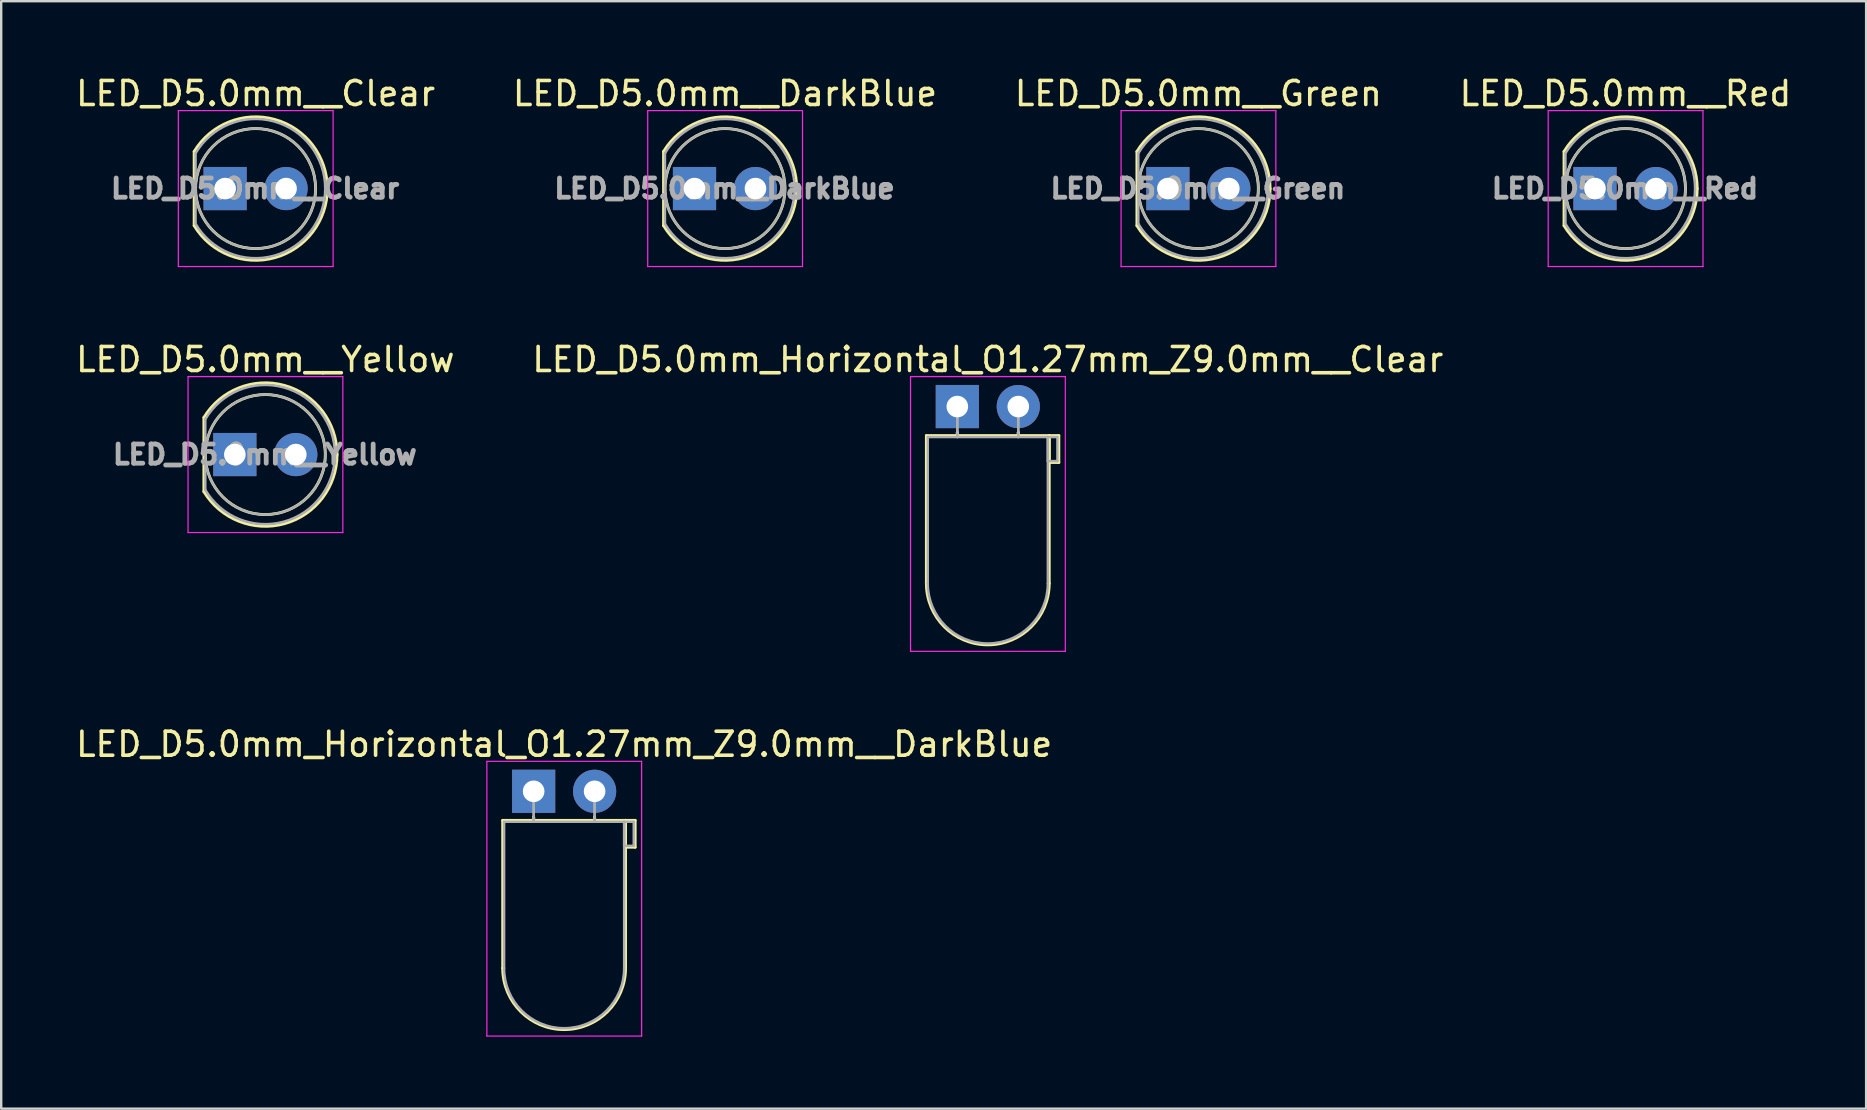
<source format=kicad_pcb>
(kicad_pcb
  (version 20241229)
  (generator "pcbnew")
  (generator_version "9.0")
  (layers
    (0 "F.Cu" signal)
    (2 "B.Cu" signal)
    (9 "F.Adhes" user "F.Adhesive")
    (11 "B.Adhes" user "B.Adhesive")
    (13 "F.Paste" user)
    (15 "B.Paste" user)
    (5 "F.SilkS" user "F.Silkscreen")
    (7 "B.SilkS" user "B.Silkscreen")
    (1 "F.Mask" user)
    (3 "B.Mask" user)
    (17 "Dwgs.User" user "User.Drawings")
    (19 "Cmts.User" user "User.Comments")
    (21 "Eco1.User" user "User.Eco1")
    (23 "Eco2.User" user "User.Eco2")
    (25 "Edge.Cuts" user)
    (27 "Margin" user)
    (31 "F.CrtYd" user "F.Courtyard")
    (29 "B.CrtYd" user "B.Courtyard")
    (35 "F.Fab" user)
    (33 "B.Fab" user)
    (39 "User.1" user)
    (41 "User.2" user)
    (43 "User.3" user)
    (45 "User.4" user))
  (footprint "LED_D5.0mm__Clear"
    (layer "F.Cu")
    (at 6.331 4.808)
    (property "Reference" "LED_D5.0mm__Clear" (at 1.27 -3.96 0) (layer "F.SilkS") (effects (font (size 1 1) (thickness 0.15))))
    (attr through_hole)
    (fp_line (start -1.29 -1.545) (end -1.29 1.545) (stroke (width 0.12) (type solid)) (layer "F.SilkS"))
    (fp_arc (start -1.29 -1.54483) (mid 2.072002 -2.880433) (end 4.26 0.000462) (stroke (width 0.12) (type solid)) (layer "F.SilkS"))
    (fp_arc (start 4.26 -0.000462) (mid 2.072002 2.880433) (end -1.29 1.54483) (stroke (width 0.12) (type solid)) (layer "F.SilkS"))
    (fp_circle (center 1.27 0) (end 3.77 0) (stroke (width 0.12) (type solid)) (fill no) (layer "F.SilkS"))
    (fp_line (start -1.95 -3.25) (end -1.95 3.25) (stroke (width 0.05) (type solid)) (layer "F.CrtYd"))
    (fp_line (start -1.95 3.25) (end 4.5 3.25) (stroke (width 0.05) (type solid)) (layer "F.CrtYd"))
    (fp_line (start 4.5 -3.25) (end -1.95 -3.25) (stroke (width 0.05) (type solid)) (layer "F.CrtYd"))
    (fp_line (start 4.5 3.25) (end 4.5 -3.25) (stroke (width 0.05) (type solid)) (layer "F.CrtYd"))
    (fp_line (start -1.23 -1.47) (end -1.23 1.47) (stroke (width 0.1) (type solid)) (layer "F.Fab"))
    (fp_arc (start -1.23 -1.469694) (mid 4.17 0.000016) (end -1.230016 1.469666) (stroke (width 0.1) (type solid)) (layer "F.Fab"))
    (fp_circle (center 1.27 0) (end 3.77 0) (stroke (width 0.1) (type solid)) (fill no) (layer "F.Fab"))
    (fp_text user "${REFERENCE}" (at 1.25 0 0) (layer "F.Fab") (effects (font (size 0.8 0.8) (thickness 0.2))))
    (pad "1" thru_hole rect (at 0 0) (size 1.8 1.8) (drill 0.9) (layers "*.Cu" "*.Mask"))
    (pad "2" thru_hole circle (at 2.54 0) (size 1.8 1.8) (drill 0.9) (layers "*.Cu" "*.Mask")))
  (footprint "LED_D5.0mm__Red"
    (layer "F.Cu")
    (at 63.415 4.808)
    (property "Reference" "LED_D5.0mm__Red" (at 1.27 -3.96 0) (layer "F.SilkS") (effects (font (size 1 1) (thickness 0.15))))
    (attr through_hole)
    (fp_line (start -1.29 -1.545) (end -1.29 1.545) (stroke (width 0.12) (type solid)) (layer "F.SilkS"))
    (fp_arc (start -1.29 -1.54483) (mid 2.072002 -2.880433) (end 4.26 0.000462) (stroke (width 0.12) (type solid)) (layer "F.SilkS"))
    (fp_arc (start 4.26 -0.000462) (mid 2.072002 2.880433) (end -1.29 1.54483) (stroke (width 0.12) (type solid)) (layer "F.SilkS"))
    (fp_circle (center 1.27 0) (end 3.77 0) (stroke (width 0.12) (type solid)) (fill no) (layer "F.SilkS"))
    (fp_line (start -1.95 -3.25) (end -1.95 3.25) (stroke (width 0.05) (type solid)) (layer "F.CrtYd"))
    (fp_line (start -1.95 3.25) (end 4.5 3.25) (stroke (width 0.05) (type solid)) (layer "F.CrtYd"))
    (fp_line (start 4.5 -3.25) (end -1.95 -3.25) (stroke (width 0.05) (type solid)) (layer "F.CrtYd"))
    (fp_line (start 4.5 3.25) (end 4.5 -3.25) (stroke (width 0.05) (type solid)) (layer "F.CrtYd"))
    (fp_line (start -1.23 -1.47) (end -1.23 1.47) (stroke (width 0.1) (type solid)) (layer "F.Fab"))
    (fp_arc (start -1.23 -1.469694) (mid 4.17 0.000016) (end -1.230016 1.469666) (stroke (width 0.1) (type solid)) (layer "F.Fab"))
    (fp_circle (center 1.27 0) (end 3.77 0) (stroke (width 0.1) (type solid)) (fill no) (layer "F.Fab"))
    (fp_text user "${REFERENCE}" (at 1.25 0 0) (layer "F.Fab") (effects (font (size 0.8 0.8) (thickness 0.2))))
    (pad "1" thru_hole rect (at 0 0) (size 1.8 1.8) (drill 0.9) (layers "*.Cu" "*.Mask"))
    (pad "2" thru_hole circle (at 2.54 0) (size 1.8 1.8) (drill 0.9) (layers "*.Cu" "*.Mask")))
  (footprint "LED_D5.0mm_Horizontal_O1.27mm_Z9.0mm__DarkBlue"
    (layer "F.Cu")
    (at 19.188 29.925)
    (property "Reference" "LED_D5.0mm_Horizontal_O1.27mm_Z9.0mm__DarkBlue" (at 1.27 -1.96 0) (layer "F.SilkS") (effects (font (size 1 1) (thickness 0.15))))
    (attr through_hole)
    (fp_line (start -1.29 1.21) (end -1.29 7.37) (stroke (width 0.12) (type solid)) (layer "F.SilkS"))
    (fp_line (start -1.29 1.21) (end 3.83 1.21) (stroke (width 0.12) (type solid)) (layer "F.SilkS"))
    (fp_line (start 0 1.08) (end 0 1.08) (stroke (width 0.12) (type solid)) (layer "F.SilkS"))
    (fp_line (start 0 1.08) (end 0 1.21) (stroke (width 0.12) (type solid)) (layer "F.SilkS"))
    (fp_line (start 0 1.21) (end 0 1.08) (stroke (width 0.12) (type solid)) (layer "F.SilkS"))
    (fp_line (start 0 1.21) (end 0 1.21) (stroke (width 0.12) (type solid)) (layer "F.SilkS"))
    (fp_line (start 2.54 1.08) (end 2.54 1.08) (stroke (width 0.12) (type solid)) (layer "F.SilkS"))
    (fp_line (start 2.54 1.08) (end 2.54 1.21) (stroke (width 0.12) (type solid)) (layer "F.SilkS"))
    (fp_line (start 2.54 1.21) (end 2.54 1.08) (stroke (width 0.12) (type solid)) (layer "F.SilkS"))
    (fp_line (start 2.54 1.21) (end 2.54 1.21) (stroke (width 0.12) (type solid)) (layer "F.SilkS"))
    (fp_line (start 3.83 1.21) (end 3.83 7.37) (stroke (width 0.12) (type solid)) (layer "F.SilkS"))
    (fp_line (start 3.83 1.21) (end 4.23 1.21) (stroke (width 0.12) (type solid)) (layer "F.SilkS"))
    (fp_line (start 3.83 2.33) (end 3.83 1.21) (stroke (width 0.12) (type solid)) (layer "F.SilkS"))
    (fp_line (start 4.23 1.21) (end 4.23 2.33) (stroke (width 0.12) (type solid)) (layer "F.SilkS"))
    (fp_line (start 4.23 2.33) (end 3.83 2.33) (stroke (width 0.12) (type solid)) (layer "F.SilkS"))
    (fp_arc (start 3.83 7.37) (mid 1.27 9.93) (end -1.29 7.37) (stroke (width 0.12) (type solid)) (layer "F.SilkS"))
    (fp_line (start -1.95 -1.25) (end -1.95 10.2) (stroke (width 0.05) (type solid)) (layer "F.CrtYd"))
    (fp_line (start -1.95 10.2) (end 4.5 10.2) (stroke (width 0.05) (type solid)) (layer "F.CrtYd"))
    (fp_line (start 4.5 -1.25) (end -1.95 -1.25) (stroke (width 0.05) (type solid)) (layer "F.CrtYd"))
    (fp_line (start 4.5 10.2) (end 4.5 -1.25) (stroke (width 0.05) (type solid)) (layer "F.CrtYd"))
    (fp_line (start -1.23 1.27) (end -1.23 7.37) (stroke (width 0.1) (type solid)) (layer "F.Fab"))
    (fp_line (start -1.23 1.27) (end 3.77 1.27) (stroke (width 0.1) (type solid)) (layer "F.Fab"))
    (fp_line (start 0 0) (end 0 0) (stroke (width 0.1) (type solid)) (layer "F.Fab"))
    (fp_line (start 0 0) (end 0 1.27) (stroke (width 0.1) (type solid)) (layer "F.Fab"))
    (fp_line (start 0 1.27) (end 0 0) (stroke (width 0.1) (type solid)) (layer "F.Fab"))
    (fp_line (start 0 1.27) (end 0 1.27) (stroke (width 0.1) (type solid)) (layer "F.Fab"))
    (fp_line (start 2.54 0) (end 2.54 0) (stroke (width 0.1) (type solid)) (layer "F.Fab"))
    (fp_line (start 2.54 0) (end 2.54 1.27) (stroke (width 0.1) (type solid)) (layer "F.Fab"))
    (fp_line (start 2.54 1.27) (end 2.54 0) (stroke (width 0.1) (type solid)) (layer "F.Fab"))
    (fp_line (start 2.54 1.27) (end 2.54 1.27) (stroke (width 0.1) (type solid)) (layer "F.Fab"))
    (fp_line (start 3.77 1.27) (end 3.77 7.37) (stroke (width 0.1) (type solid)) (layer "F.Fab"))
    (fp_line (start 3.77 1.27) (end 4.17 1.27) (stroke (width 0.1) (type solid)) (layer "F.Fab"))
    (fp_line (start 3.77 2.27) (end 3.77 1.27) (stroke (width 0.1) (type solid)) (layer "F.Fab"))
    (fp_line (start 4.17 1.27) (end 4.17 2.27) (stroke (width 0.1) (type solid)) (layer "F.Fab"))
    (fp_line (start 4.17 2.27) (end 3.77 2.27) (stroke (width 0.1) (type solid)) (layer "F.Fab"))
    (fp_arc (start 3.77 7.37) (mid 1.27 9.87) (end -1.23 7.37) (stroke (width 0.1) (type solid)) (layer "F.Fab"))
    (pad "1" thru_hole rect (at 0 0) (size 1.8 1.8) (drill 0.9) (layers "*.Cu" "*.Mask"))
    (pad "2" thru_hole circle (at 2.54 0) (size 1.8 1.8) (drill 0.9) (layers "*.Cu" "*.Mask")))
  (footprint "LED_D5.0mm_Horizontal_O1.27mm_Z9.0mm__Clear"
    (layer "F.Cu")
    (at 36.843 13.892)
    (property "Reference" "LED_D5.0mm_Horizontal_O1.27mm_Z9.0mm__Clear" (at 1.27 -1.96 0) (layer "F.SilkS") (effects (font (size 1 1) (thickness 0.15))))
    (attr through_hole)
    (fp_line (start -1.29 1.21) (end -1.29 7.37) (stroke (width 0.12) (type solid)) (layer "F.SilkS"))
    (fp_line (start -1.29 1.21) (end 3.83 1.21) (stroke (width 0.12) (type solid)) (layer "F.SilkS"))
    (fp_line (start 0 1.08) (end 0 1.08) (stroke (width 0.12) (type solid)) (layer "F.SilkS"))
    (fp_line (start 0 1.08) (end 0 1.21) (stroke (width 0.12) (type solid)) (layer "F.SilkS"))
    (fp_line (start 0 1.21) (end 0 1.08) (stroke (width 0.12) (type solid)) (layer "F.SilkS"))
    (fp_line (start 0 1.21) (end 0 1.21) (stroke (width 0.12) (type solid)) (layer "F.SilkS"))
    (fp_line (start 2.54 1.08) (end 2.54 1.08) (stroke (width 0.12) (type solid)) (layer "F.SilkS"))
    (fp_line (start 2.54 1.08) (end 2.54 1.21) (stroke (width 0.12) (type solid)) (layer "F.SilkS"))
    (fp_line (start 2.54 1.21) (end 2.54 1.08) (stroke (width 0.12) (type solid)) (layer "F.SilkS"))
    (fp_line (start 2.54 1.21) (end 2.54 1.21) (stroke (width 0.12) (type solid)) (layer "F.SilkS"))
    (fp_line (start 3.83 1.21) (end 3.83 7.37) (stroke (width 0.12) (type solid)) (layer "F.SilkS"))
    (fp_line (start 3.83 1.21) (end 4.23 1.21) (stroke (width 0.12) (type solid)) (layer "F.SilkS"))
    (fp_line (start 3.83 2.33) (end 3.83 1.21) (stroke (width 0.12) (type solid)) (layer "F.SilkS"))
    (fp_line (start 4.23 1.21) (end 4.23 2.33) (stroke (width 0.12) (type solid)) (layer "F.SilkS"))
    (fp_line (start 4.23 2.33) (end 3.83 2.33) (stroke (width 0.12) (type solid)) (layer "F.SilkS"))
    (fp_arc (start 3.83 7.37) (mid 1.27 9.93) (end -1.29 7.37) (stroke (width 0.12) (type solid)) (layer "F.SilkS"))
    (fp_line (start -1.95 -1.25) (end -1.95 10.2) (stroke (width 0.05) (type solid)) (layer "F.CrtYd"))
    (fp_line (start -1.95 10.2) (end 4.5 10.2) (stroke (width 0.05) (type solid)) (layer "F.CrtYd"))
    (fp_line (start 4.5 -1.25) (end -1.95 -1.25) (stroke (width 0.05) (type solid)) (layer "F.CrtYd"))
    (fp_line (start 4.5 10.2) (end 4.5 -1.25) (stroke (width 0.05) (type solid)) (layer "F.CrtYd"))
    (fp_line (start -1.23 1.27) (end -1.23 7.37) (stroke (width 0.1) (type solid)) (layer "F.Fab"))
    (fp_line (start -1.23 1.27) (end 3.77 1.27) (stroke (width 0.1) (type solid)) (layer "F.Fab"))
    (fp_line (start 0 0) (end 0 0) (stroke (width 0.1) (type solid)) (layer "F.Fab"))
    (fp_line (start 0 0) (end 0 1.27) (stroke (width 0.1) (type solid)) (layer "F.Fab"))
    (fp_line (start 0 1.27) (end 0 0) (stroke (width 0.1) (type solid)) (layer "F.Fab"))
    (fp_line (start 0 1.27) (end 0 1.27) (stroke (width 0.1) (type solid)) (layer "F.Fab"))
    (fp_line (start 2.54 0) (end 2.54 0) (stroke (width 0.1) (type solid)) (layer "F.Fab"))
    (fp_line (start 2.54 0) (end 2.54 1.27) (stroke (width 0.1) (type solid)) (layer "F.Fab"))
    (fp_line (start 2.54 1.27) (end 2.54 0) (stroke (width 0.1) (type solid)) (layer "F.Fab"))
    (fp_line (start 2.54 1.27) (end 2.54 1.27) (stroke (width 0.1) (type solid)) (layer "F.Fab"))
    (fp_line (start 3.77 1.27) (end 3.77 7.37) (stroke (width 0.1) (type solid)) (layer "F.Fab"))
    (fp_line (start 3.77 1.27) (end 4.17 1.27) (stroke (width 0.1) (type solid)) (layer "F.Fab"))
    (fp_line (start 3.77 2.27) (end 3.77 1.27) (stroke (width 0.1) (type solid)) (layer "F.Fab"))
    (fp_line (start 4.17 1.27) (end 4.17 2.27) (stroke (width 0.1) (type solid)) (layer "F.Fab"))
    (fp_line (start 4.17 2.27) (end 3.77 2.27) (stroke (width 0.1) (type solid)) (layer "F.Fab"))
    (fp_arc (start 3.77 7.37) (mid 1.27 9.87) (end -1.23 7.37) (stroke (width 0.1) (type solid)) (layer "F.Fab"))
    (pad "1" thru_hole rect (at 0 0) (size 1.8 1.8) (drill 0.9) (layers "*.Cu" "*.Mask"))
    (pad "2" thru_hole circle (at 2.54 0) (size 1.8 1.8) (drill 0.9) (layers "*.Cu" "*.Mask")))
  (footprint "LED_D5.0mm__Yellow"
    (layer "F.Cu")
    (at 6.736 15.892)
    (property "Reference" "LED_D5.0mm__Yellow" (at 1.27 -3.96 0) (layer "F.SilkS") (effects (font (size 1 1) (thickness 0.15))))
    (attr through_hole)
    (fp_line (start -1.29 -1.545) (end -1.29 1.545) (stroke (width 0.12) (type solid)) (layer "F.SilkS"))
    (fp_arc (start -1.29 -1.54483) (mid 2.072002 -2.880433) (end 4.26 0.000462) (stroke (width 0.12) (type solid)) (layer "F.SilkS"))
    (fp_arc (start 4.26 -0.000462) (mid 2.072002 2.880433) (end -1.29 1.54483) (stroke (width 0.12) (type solid)) (layer "F.SilkS"))
    (fp_circle (center 1.27 0) (end 3.77 0) (stroke (width 0.12) (type solid)) (fill no) (layer "F.SilkS"))
    (fp_line (start -1.95 -3.25) (end -1.95 3.25) (stroke (width 0.05) (type solid)) (layer "F.CrtYd"))
    (fp_line (start -1.95 3.25) (end 4.5 3.25) (stroke (width 0.05) (type solid)) (layer "F.CrtYd"))
    (fp_line (start 4.5 -3.25) (end -1.95 -3.25) (stroke (width 0.05) (type solid)) (layer "F.CrtYd"))
    (fp_line (start 4.5 3.25) (end 4.5 -3.25) (stroke (width 0.05) (type solid)) (layer "F.CrtYd"))
    (fp_line (start -1.23 -1.47) (end -1.23 1.47) (stroke (width 0.1) (type solid)) (layer "F.Fab"))
    (fp_arc (start -1.23 -1.469694) (mid 4.17 0.000016) (end -1.230016 1.469666) (stroke (width 0.1) (type solid)) (layer "F.Fab"))
    (fp_circle (center 1.27 0) (end 3.77 0) (stroke (width 0.1) (type solid)) (fill no) (layer "F.Fab"))
    (fp_text user "${REFERENCE}" (at 1.25 0 0) (layer "F.Fab") (effects (font (size 0.8 0.8) (thickness 0.2))))
    (pad "1" thru_hole rect (at 0 0) (size 1.8 1.8) (drill 0.9) (layers "*.Cu" "*.Mask"))
    (pad "2" thru_hole circle (at 2.54 0) (size 1.8 1.8) (drill 0.9) (layers "*.Cu" "*.Mask")))
  (footprint "LED_D5.0mm__Green"
    (layer "F.Cu")
    (at 45.617 4.808)
    (property "Reference" "LED_D5.0mm__Green" (at 1.27 -3.96 0) (layer "F.SilkS") (effects (font (size 1 1) (thickness 0.15))))
    (attr through_hole)
    (fp_line (start -1.29 -1.545) (end -1.29 1.545) (stroke (width 0.12) (type solid)) (layer "F.SilkS"))
    (fp_arc (start -1.29 -1.54483) (mid 2.072002 -2.880433) (end 4.26 0.000462) (stroke (width 0.12) (type solid)) (layer "F.SilkS"))
    (fp_arc (start 4.26 -0.000462) (mid 2.072002 2.880433) (end -1.29 1.54483) (stroke (width 0.12) (type solid)) (layer "F.SilkS"))
    (fp_circle (center 1.27 0) (end 3.77 0) (stroke (width 0.12) (type solid)) (fill no) (layer "F.SilkS"))
    (fp_line (start -1.95 -3.25) (end -1.95 3.25) (stroke (width 0.05) (type solid)) (layer "F.CrtYd"))
    (fp_line (start -1.95 3.25) (end 4.5 3.25) (stroke (width 0.05) (type solid)) (layer "F.CrtYd"))
    (fp_line (start 4.5 -3.25) (end -1.95 -3.25) (stroke (width 0.05) (type solid)) (layer "F.CrtYd"))
    (fp_line (start 4.5 3.25) (end 4.5 -3.25) (stroke (width 0.05) (type solid)) (layer "F.CrtYd"))
    (fp_line (start -1.23 -1.47) (end -1.23 1.47) (stroke (width 0.1) (type solid)) (layer "F.Fab"))
    (fp_arc (start -1.23 -1.469694) (mid 4.17 0.000016) (end -1.230016 1.469666) (stroke (width 0.1) (type solid)) (layer "F.Fab"))
    (fp_circle (center 1.27 0) (end 3.77 0) (stroke (width 0.1) (type solid)) (fill no) (layer "F.Fab"))
    (fp_text user "${REFERENCE}" (at 1.25 0 0) (layer "F.Fab") (effects (font (size 0.8 0.8) (thickness 0.2))))
    (pad "1" thru_hole rect (at 0 0) (size 1.8 1.8) (drill 0.9) (layers "*.Cu" "*.Mask"))
    (pad "2" thru_hole circle (at 2.54 0) (size 1.8 1.8) (drill 0.9) (layers "*.Cu" "*.Mask")))
  (footprint "LED_D5.0mm__DarkBlue"
    (layer "F.Cu")
    (at 25.891 4.808)
    (property "Reference" "LED_D5.0mm__DarkBlue" (at 1.27 -3.96 0) (layer "F.SilkS") (effects (font (size 1 1) (thickness 0.15))))
    (attr through_hole)
    (fp_line (start -1.29 -1.545) (end -1.29 1.545) (stroke (width 0.12) (type solid)) (layer "F.SilkS"))
    (fp_arc (start -1.29 -1.54483) (mid 2.072002 -2.880433) (end 4.26 0.000462) (stroke (width 0.12) (type solid)) (layer "F.SilkS"))
    (fp_arc (start 4.26 -0.000462) (mid 2.072002 2.880433) (end -1.29 1.54483) (stroke (width 0.12) (type solid)) (layer "F.SilkS"))
    (fp_circle (center 1.27 0) (end 3.77 0) (stroke (width 0.12) (type solid)) (fill no) (layer "F.SilkS"))
    (fp_line (start -1.95 -3.25) (end -1.95 3.25) (stroke (width 0.05) (type solid)) (layer "F.CrtYd"))
    (fp_line (start -1.95 3.25) (end 4.5 3.25) (stroke (width 0.05) (type solid)) (layer "F.CrtYd"))
    (fp_line (start 4.5 -3.25) (end -1.95 -3.25) (stroke (width 0.05) (type solid)) (layer "F.CrtYd"))
    (fp_line (start 4.5 3.25) (end 4.5 -3.25) (stroke (width 0.05) (type solid)) (layer "F.CrtYd"))
    (fp_line (start -1.23 -1.47) (end -1.23 1.47) (stroke (width 0.1) (type solid)) (layer "F.Fab"))
    (fp_arc (start -1.23 -1.469694) (mid 4.17 0.000016) (end -1.230016 1.469666) (stroke (width 0.1) (type solid)) (layer "F.Fab"))
    (fp_circle (center 1.27 0) (end 3.77 0) (stroke (width 0.1) (type solid)) (fill no) (layer "F.Fab"))
    (fp_text user "${REFERENCE}" (at 1.25 0 0) (layer "F.Fab") (effects (font (size 0.8 0.8) (thickness 0.2))))
    (pad "1" thru_hole rect (at 0 0) (size 1.8 1.8) (drill 0.9) (layers "*.Cu" "*.Mask"))
    (pad "2" thru_hole circle (at 2.54 0) (size 1.8 1.8) (drill 0.9) (layers "*.Cu" "*.Mask")))
  (gr_rect
    (start -3 -3)
    (end 74.714 43.15)
    (stroke (width 0.1) (type default))
    (fill no)
    (layer "Edge.Cuts")))
</source>
